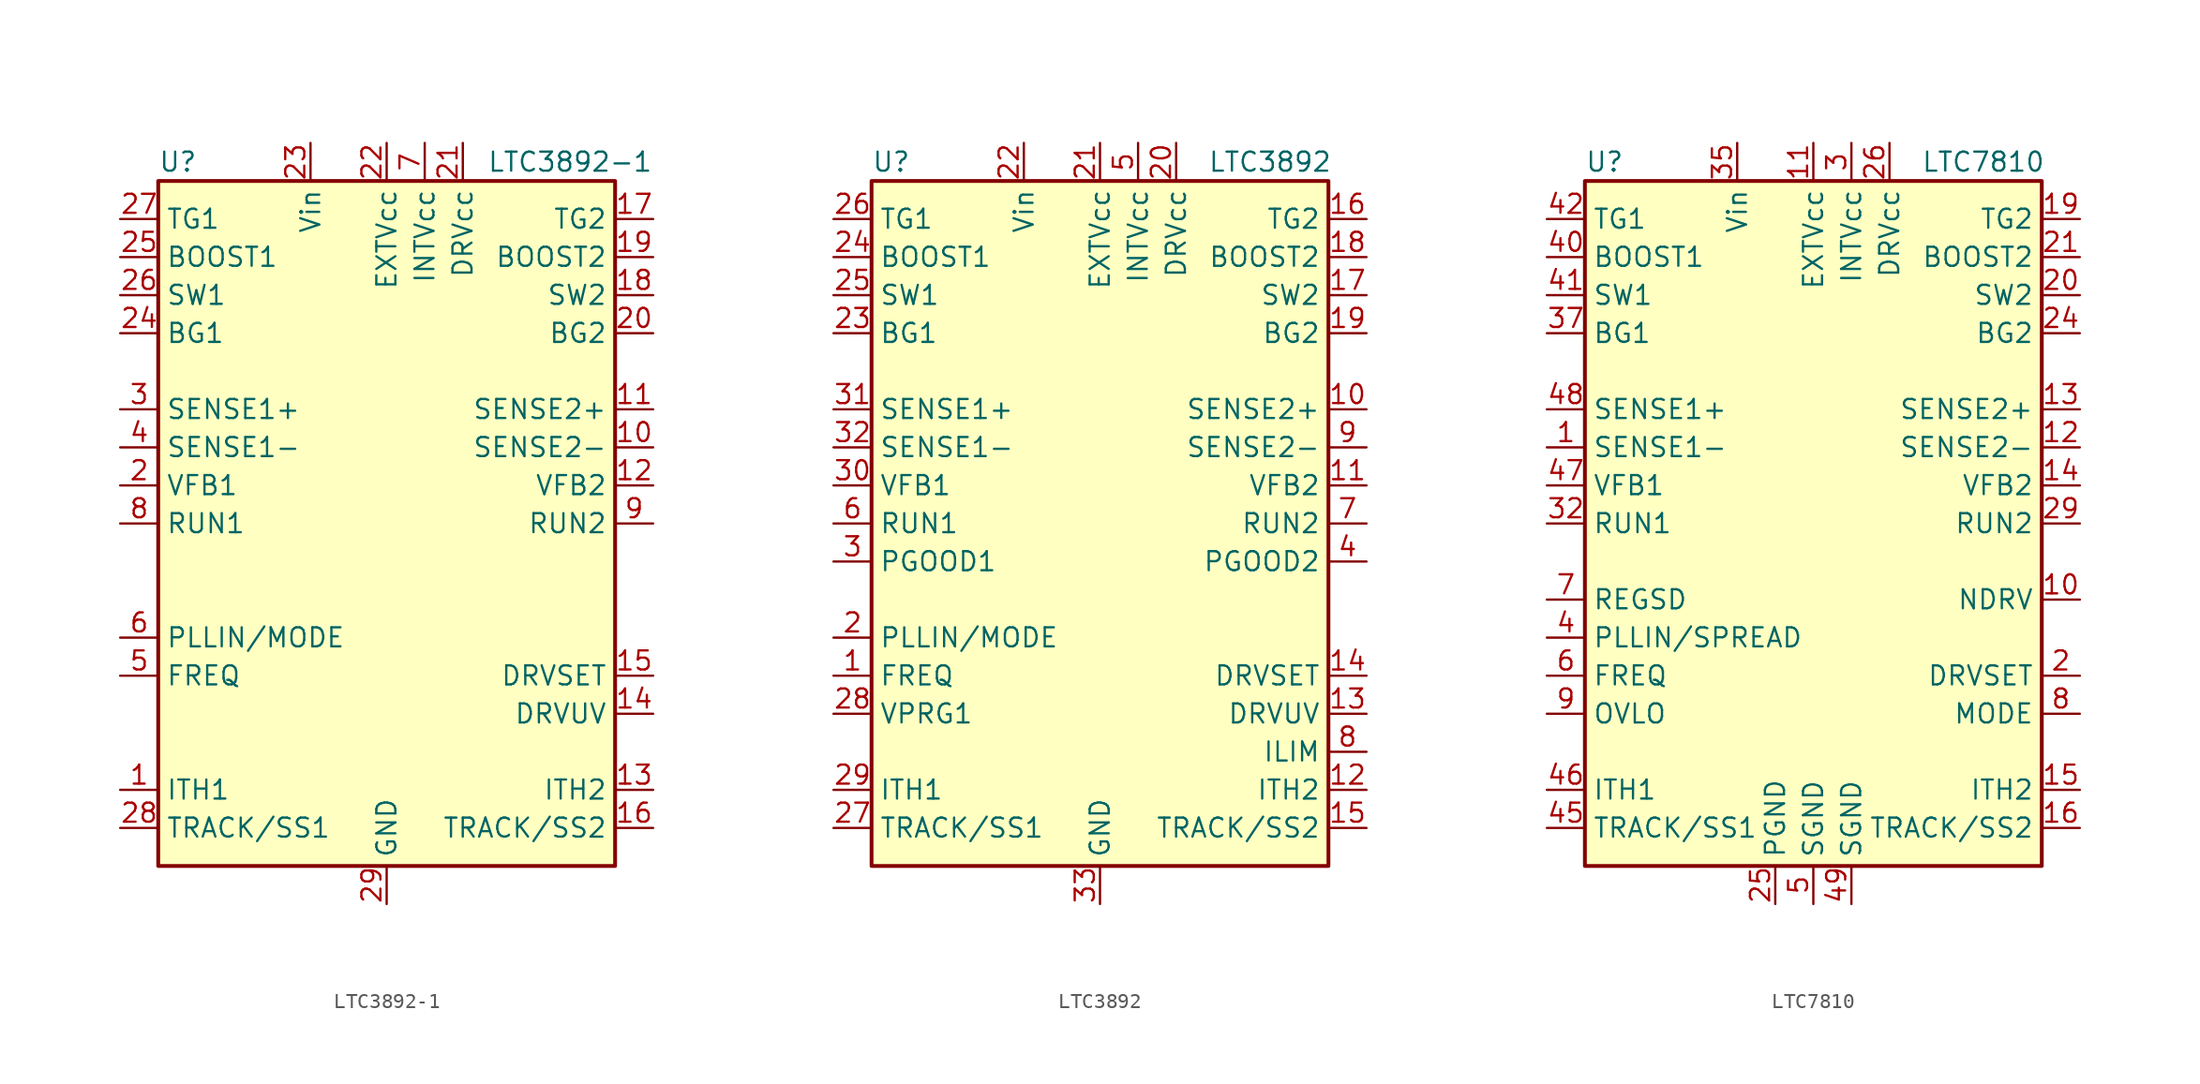
<source format=kicad_sym>
(kicad_symbol_lib
  (version 20241209)
  (generator "kicad_symbol_editor")
  (generator_version "9.0")
  (symbol "LTC3892-1"
    (property "Reference" "U"
      (at -15.24 24.13 0)
      (effects (font (size 1.27 1.27)) (justify left)))
    (property "Value" "LTC3892-1"
      (at 17.78 24.13 0)
      (effects (font (size 1.27 1.27)) (justify right)))
    (symbol "LTC3892-1_0_1"
      (rectangle (start -15.24 22.86) (end 15.24 -22.86) (stroke (width 0.254) (type default)) (fill (type background))))
    (symbol "LTC3892-1_1_1"
      (pin output line (at -17.78 20.32 0) (length 2.54) (name "TG1" (effects (font (size 1.27 1.27)))) (number "27" (effects (font (size 1.27 1.27)))))
      (pin output line (at -17.78 17.78 0) (length 2.54) (name "BOOST1" (effects (font (size 1.27 1.27)))) (number "25" (effects (font (size 1.27 1.27)))))
      (pin output line (at -17.78 15.24 0) (length 2.54) (name "SW1" (effects (font (size 1.27 1.27)))) (number "26" (effects (font (size 1.27 1.27)))))
      (pin output line (at -17.78 12.7 0) (length 2.54) (name "BG1" (effects (font (size 1.27 1.27)))) (number "24" (effects (font (size 1.27 1.27)))))
      (pin input line (at -17.78 7.62 0) (length 2.54) (name "SENSE1+" (effects (font (size 1.27 1.27)))) (number "3" (effects (font (size 1.27 1.27)))))
      (pin input line (at -17.78 5.08 0) (length 2.54) (name "SENSE1-" (effects (font (size 1.27 1.27)))) (number "4" (effects (font (size 1.27 1.27)))))
      (pin input line (at -17.78 2.54 0) (length 2.54) (name "VFB1" (effects (font (size 1.27 1.27)))) (number "2" (effects (font (size 1.27 1.27)))))
      (pin input line (at -17.78 0 0) (length 2.54) (name "RUN1" (effects (font (size 1.27 1.27)))) (number "8" (effects (font (size 1.27 1.27)))))
      (pin input line (at -17.78 -7.62 0) (length 2.54) (name "PLLIN/MODE" (effects (font (size 1.27 1.27)))) (number "6" (effects (font (size 1.27 1.27)))))
      (pin input line (at -17.78 -10.16 0) (length 2.54) (name "FREQ" (effects (font (size 1.27 1.27)))) (number "5" (effects (font (size 1.27 1.27)))))
      (pin passive line (at -17.78 -17.78 0) (length 2.54) (name "ITH1" (effects (font (size 1.27 1.27)))) (number "1" (effects (font (size 1.27 1.27)))))
      (pin input line (at -17.78 -20.32 0) (length 2.54) (name "TRACK/SS1" (effects (font (size 1.27 1.27)))) (number "28" (effects (font (size 1.27 1.27)))))
      (pin power_in line (at -5.08 25.4 270) (length 2.54) (name "Vin" (effects (font (size 1.27 1.27)))) (number "23" (effects (font (size 1.27 1.27)))))
      (pin power_in line (at 0 25.4 270) (length 2.54) (name "EXTVcc" (effects (font (size 1.27 1.27)))) (number "22" (effects (font (size 1.27 1.27)))))
      (pin power_in line (at 0 -25.4 90) (length 2.54) (name "GND" (effects (font (size 1.27 1.27)))) (number "29" (effects (font (size 1.27 1.27)))))
      (pin power_out line (at 2.54 25.4 270) (length 2.54) (name "INTVcc" (effects (font (size 1.27 1.27)))) (number "7" (effects (font (size 1.27 1.27)))))
      (pin power_out line (at 5.08 25.4 270) (length 2.54) (name "DRVcc" (effects (font (size 1.27 1.27)))) (number "21" (effects (font (size 1.27 1.27)))))
      (pin output line (at 17.78 20.32 180) (length 2.54) (name "TG2" (effects (font (size 1.27 1.27)))) (number "17" (effects (font (size 1.27 1.27)))))
      (pin output line (at 17.78 17.78 180) (length 2.54) (name "BOOST2" (effects (font (size 1.27 1.27)))) (number "19" (effects (font (size 1.27 1.27)))))
      (pin output line (at 17.78 15.24 180) (length 2.54) (name "SW2" (effects (font (size 1.27 1.27)))) (number "18" (effects (font (size 1.27 1.27)))))
      (pin output line (at 17.78 12.7 180) (length 2.54) (name "BG2" (effects (font (size 1.27 1.27)))) (number "20" (effects (font (size 1.27 1.27)))))
      (pin input line (at 17.78 7.62 180) (length 2.54) (name "SENSE2+" (effects (font (size 1.27 1.27)))) (number "11" (effects (font (size 1.27 1.27)))))
      (pin input line (at 17.78 5.08 180) (length 2.54) (name "SENSE2-" (effects (font (size 1.27 1.27)))) (number "10" (effects (font (size 1.27 1.27)))))
      (pin input line (at 17.78 2.54 180) (length 2.54) (name "VFB2" (effects (font (size 1.27 1.27)))) (number "12" (effects (font (size 1.27 1.27)))))
      (pin input line (at 17.78 0 180) (length 2.54) (name "RUN2" (effects (font (size 1.27 1.27)))) (number "9" (effects (font (size 1.27 1.27)))))
      (pin input line (at 17.78 -10.16 180) (length 2.54) (name "DRVSET" (effects (font (size 1.27 1.27)))) (number "15" (effects (font (size 1.27 1.27)))))
      (pin input line (at 17.78 -12.7 180) (length 2.54) (name "DRVUV" (effects (font (size 1.27 1.27)))) (number "14" (effects (font (size 1.27 1.27)))))
      (pin passive line (at 17.78 -17.78 180) (length 2.54) (name "ITH2" (effects (font (size 1.27 1.27)))) (number "13" (effects (font (size 1.27 1.27)))))
      (pin input line (at 17.78 -20.32 180) (length 2.54) (name "TRACK/SS2" (effects (font (size 1.27 1.27)))) (number "16" (effects (font (size 1.27 1.27)))))))
  (symbol "LTC3892"
    (property "Reference" "U"
      (at -15.24 24.13 0)
      (effects (font (size 1.27 1.27)) (justify left)))
    (property "Value" "LTC3892"
      (at 15.494 24.13 0)
      (effects (font (size 1.27 1.27)) (justify right)))
    (symbol "LTC3892_0_1"
      (rectangle (start -15.24 22.86) (end 15.24 -22.86) (stroke (width 0.254) (type default)) (fill (type background))))
    (symbol "LTC3892_1_1"
      (pin output line (at -17.78 20.32 0) (length 2.54) (name "TG1" (effects (font (size 1.27 1.27)))) (number "26" (effects (font (size 1.27 1.27)))))
      (pin output line (at -17.78 17.78 0) (length 2.54) (name "BOOST1" (effects (font (size 1.27 1.27)))) (number "24" (effects (font (size 1.27 1.27)))))
      (pin output line (at -17.78 15.24 0) (length 2.54) (name "SW1" (effects (font (size 1.27 1.27)))) (number "25" (effects (font (size 1.27 1.27)))))
      (pin output line (at -17.78 12.7 0) (length 2.54) (name "BG1" (effects (font (size 1.27 1.27)))) (number "23" (effects (font (size 1.27 1.27)))))
      (pin input line (at -17.78 7.62 0) (length 2.54) (name "SENSE1+" (effects (font (size 1.27 1.27)))) (number "31" (effects (font (size 1.27 1.27)))))
      (pin input line (at -17.78 5.08 0) (length 2.54) (name "SENSE1-" (effects (font (size 1.27 1.27)))) (number "32" (effects (font (size 1.27 1.27)))))
      (pin input line (at -17.78 2.54 0) (length 2.54) (name "VFB1" (effects (font (size 1.27 1.27)))) (number "30" (effects (font (size 1.27 1.27)))))
      (pin input line (at -17.78 0 0) (length 2.54) (name "RUN1" (effects (font (size 1.27 1.27)))) (number "6" (effects (font (size 1.27 1.27)))))
      (pin output line (at -17.78 -2.54 0) (length 2.54) (name "PGOOD1" (effects (font (size 1.27 1.27)))) (number "3" (effects (font (size 1.27 1.27)))))
      (pin input line (at -17.78 -7.62 0) (length 2.54) (name "PLLIN/MODE" (effects (font (size 1.27 1.27)))) (number "2" (effects (font (size 1.27 1.27)))))
      (pin input line (at -17.78 -10.16 0) (length 2.54) (name "FREQ" (effects (font (size 1.27 1.27)))) (number "1" (effects (font (size 1.27 1.27)))))
      (pin passive line (at -17.78 -12.7 0) (length 2.54) (name "VPRG1" (effects (font (size 1.27 1.27)))) (number "28" (effects (font (size 1.27 1.27)))))
      (pin passive line (at -17.78 -17.78 0) (length 2.54) (name "ITH1" (effects (font (size 1.27 1.27)))) (number "29" (effects (font (size 1.27 1.27)))))
      (pin input line (at -17.78 -20.32 0) (length 2.54) (name "TRACK/SS1" (effects (font (size 1.27 1.27)))) (number "27" (effects (font (size 1.27 1.27)))))
      (pin power_in line (at -5.08 25.4 270) (length 2.54) (name "Vin" (effects (font (size 1.27 1.27)))) (number "22" (effects (font (size 1.27 1.27)))))
      (pin power_in line (at 0 25.4 270) (length 2.54) (name "EXTVcc" (effects (font (size 1.27 1.27)))) (number "21" (effects (font (size 1.27 1.27)))))
      (pin power_in line (at 0 -25.4 90) (length 2.54) (name "GND" (effects (font (size 1.27 1.27)))) (number "33" (effects (font (size 1.27 1.27)))))
      (pin power_out line (at 2.54 25.4 270) (length 2.54) (name "INTVcc" (effects (font (size 1.27 1.27)))) (number "5" (effects (font (size 1.27 1.27)))))
      (pin power_out line (at 5.08 25.4 270) (length 2.54) (name "DRVcc" (effects (font (size 1.27 1.27)))) (number "20" (effects (font (size 1.27 1.27)))))
      (pin output line (at 17.78 20.32 180) (length 2.54) (name "TG2" (effects (font (size 1.27 1.27)))) (number "16" (effects (font (size 1.27 1.27)))))
      (pin output line (at 17.78 17.78 180) (length 2.54) (name "BOOST2" (effects (font (size 1.27 1.27)))) (number "18" (effects (font (size 1.27 1.27)))))
      (pin output line (at 17.78 15.24 180) (length 2.54) (name "SW2" (effects (font (size 1.27 1.27)))) (number "17" (effects (font (size 1.27 1.27)))))
      (pin output line (at 17.78 12.7 180) (length 2.54) (name "BG2" (effects (font (size 1.27 1.27)))) (number "19" (effects (font (size 1.27 1.27)))))
      (pin input line (at 17.78 7.62 180) (length 2.54) (name "SENSE2+" (effects (font (size 1.27 1.27)))) (number "10" (effects (font (size 1.27 1.27)))))
      (pin input line (at 17.78 5.08 180) (length 2.54) (name "SENSE2-" (effects (font (size 1.27 1.27)))) (number "9" (effects (font (size 1.27 1.27)))))
      (pin input line (at 17.78 2.54 180) (length 2.54) (name "VFB2" (effects (font (size 1.27 1.27)))) (number "11" (effects (font (size 1.27 1.27)))))
      (pin input line (at 17.78 0 180) (length 2.54) (name "RUN2" (effects (font (size 1.27 1.27)))) (number "7" (effects (font (size 1.27 1.27)))))
      (pin output line (at 17.78 -2.54 180) (length 2.54) (name "PGOOD2" (effects (font (size 1.27 1.27)))) (number "4" (effects (font (size 1.27 1.27)))))
      (pin input line (at 17.78 -10.16 180) (length 2.54) (name "DRVSET" (effects (font (size 1.27 1.27)))) (number "14" (effects (font (size 1.27 1.27)))))
      (pin input line (at 17.78 -12.7 180) (length 2.54) (name "DRVUV" (effects (font (size 1.27 1.27)))) (number "13" (effects (font (size 1.27 1.27)))))
      (pin input line (at 17.78 -15.24 180) (length 2.54) (name "ILIM" (effects (font (size 1.27 1.27)))) (number "8" (effects (font (size 1.27 1.27)))))
      (pin passive line (at 17.78 -17.78 180) (length 2.54) (name "ITH2" (effects (font (size 1.27 1.27)))) (number "12" (effects (font (size 1.27 1.27)))))
      (pin input line (at 17.78 -20.32 180) (length 2.54) (name "TRACK/SS2" (effects (font (size 1.27 1.27)))) (number "15" (effects (font (size 1.27 1.27)))))))
  (symbol "LTC7810"
    (property "Reference" "U"
      (at -15.24 24.13 0)
      (effects (font (size 1.27 1.27)) (justify left)))
    (property "Value" "LTC7810"
      (at 15.494 24.13 0)
      (effects (font (size 1.27 1.27)) (justify right)))
    (symbol "LTC7810_0_1"
      (rectangle (start -15.24 22.86) (end 15.24 -22.86) (stroke (width 0.254) (type default)) (fill (type background))))
    (symbol "LTC7810_1_1"
      (pin output line (at -17.78 20.32 0) (length 2.54) (name "TG1" (effects (font (size 1.27 1.27)))) (number "42" (effects (font (size 1.27 1.27)))))
      (pin output line (at -17.78 17.78 0) (length 2.54) (name "BOOST1" (effects (font (size 1.27 1.27)))) (number "40" (effects (font (size 1.27 1.27)))))
      (pin output line (at -17.78 15.24 0) (length 2.54) (name "SW1" (effects (font (size 1.27 1.27)))) (number "41" (effects (font (size 1.27 1.27)))))
      (pin output line (at -17.78 12.7 0) (length 2.54) (name "BG1" (effects (font (size 1.27 1.27)))) (number "37" (effects (font (size 1.27 1.27)))))
      (pin input line (at -17.78 7.62 0) (length 2.54) (name "SENSE1+" (effects (font (size 1.27 1.27)))) (number "48" (effects (font (size 1.27 1.27)))))
      (pin input line (at -17.78 5.08 0) (length 2.54) (name "SENSE1-" (effects (font (size 1.27 1.27)))) (number "1" (effects (font (size 1.27 1.27)))))
      (pin input line (at -17.78 2.54 0) (length 2.54) (name "VFB1" (effects (font (size 1.27 1.27)))) (number "47" (effects (font (size 1.27 1.27)))))
      (pin input line (at -17.78 0 0) (length 2.54) (name "RUN1" (effects (font (size 1.27 1.27)))) (number "32" (effects (font (size 1.27 1.27)))))
      (pin passive line (at -17.78 -5.08 0) (length 2.54) (name "REGSD" (effects (font (size 1.27 1.27)))) (number "7" (effects (font (size 1.27 1.27)))))
      (pin input line (at -17.78 -7.62 0) (length 2.54) (name "PLLIN/SPREAD" (effects (font (size 1.27 1.27)))) (number "4" (effects (font (size 1.27 1.27)))))
      (pin input line (at -17.78 -10.16 0) (length 2.54) (name "FREQ" (effects (font (size 1.27 1.27)))) (number "6" (effects (font (size 1.27 1.27)))))
      (pin input line (at -17.78 -12.7 0) (length 2.54) (name "OVLO" (effects (font (size 1.27 1.27)))) (number "9" (effects (font (size 1.27 1.27)))))
      (pin passive line (at -17.78 -17.78 0) (length 2.54) (name "ITH1" (effects (font (size 1.27 1.27)))) (number "46" (effects (font (size 1.27 1.27)))))
      (pin input line (at -17.78 -20.32 0) (length 2.54) (name "TRACK/SS1" (effects (font (size 1.27 1.27)))) (number "45" (effects (font (size 1.27 1.27)))))
      (pin power_in line (at -5.08 25.4 270) (length 2.54) (name "Vin" (effects (font (size 1.27 1.27)))) (number "35" (effects (font (size 1.27 1.27)))))
      (pin power_in line (at -2.54 -25.4 90) (length 2.54) (name "PGND" (effects (font (size 1.27 1.27)))) (number "25" (effects (font (size 1.27 1.27)))))
      (pin power_in line (at 0 25.4 270) (length 2.54) (name "EXTVcc" (effects (font (size 1.27 1.27)))) (number "11" (effects (font (size 1.27 1.27)))))
      (pin power_in line (at 0 -25.4 90) (length 2.54) (name "SGND" (effects (font (size 1.27 1.27)))) (number "5" (effects (font (size 1.27 1.27)))))
      (pin power_out line (at 2.54 25.4 270) (length 2.54) (name "INTVcc" (effects (font (size 1.27 1.27)))) (number "3" (effects (font (size 1.27 1.27)))))
      (pin power_in line (at 2.54 -25.4 90) (length 2.54) (name "SGND" (effects (font (size 1.27 1.27)))) (number "49" (effects (font (size 1.27 1.27)))))
      (pin power_out line (at 5.08 25.4 270) (length 2.54) (name "DRVcc" (effects (font (size 1.27 1.27)))) (number "26" (effects (font (size 1.27 1.27)))))
      (pin output line (at 17.78 20.32 180) (length 2.54) (name "TG2" (effects (font (size 1.27 1.27)))) (number "19" (effects (font (size 1.27 1.27)))))
      (pin output line (at 17.78 17.78 180) (length 2.54) (name "BOOST2" (effects (font (size 1.27 1.27)))) (number "21" (effects (font (size 1.27 1.27)))))
      (pin output line (at 17.78 15.24 180) (length 2.54) (name "SW2" (effects (font (size 1.27 1.27)))) (number "20" (effects (font (size 1.27 1.27)))))
      (pin output line (at 17.78 12.7 180) (length 2.54) (name "BG2" (effects (font (size 1.27 1.27)))) (number "24" (effects (font (size 1.27 1.27)))))
      (pin input line (at 17.78 7.62 180) (length 2.54) (name "SENSE2+" (effects (font (size 1.27 1.27)))) (number "13" (effects (font (size 1.27 1.27)))))
      (pin input line (at 17.78 5.08 180) (length 2.54) (name "SENSE2-" (effects (font (size 1.27 1.27)))) (number "12" (effects (font (size 1.27 1.27)))))
      (pin input line (at 17.78 2.54 180) (length 2.54) (name "VFB2" (effects (font (size 1.27 1.27)))) (number "14" (effects (font (size 1.27 1.27)))))
      (pin input line (at 17.78 0 180) (length 2.54) (name "RUN2" (effects (font (size 1.27 1.27)))) (number "29" (effects (font (size 1.27 1.27)))))
      (pin output line (at 17.78 -5.08 180) (length 2.54) (name "NDRV" (effects (font (size 1.27 1.27)))) (number "10" (effects (font (size 1.27 1.27)))))
      (pin input line (at 17.78 -10.16 180) (length 2.54) (name "DRVSET" (effects (font (size 1.27 1.27)))) (number "2" (effects (font (size 1.27 1.27)))))
      (pin input line (at 17.78 -12.7 180) (length 2.54) (name "MODE" (effects (font (size 1.27 1.27)))) (number "8" (effects (font (size 1.27 1.27)))))
      (pin passive line (at 17.78 -17.78 180) (length 2.54) (name "ITH2" (effects (font (size 1.27 1.27)))) (number "15" (effects (font (size 1.27 1.27)))))
      (pin input line (at 17.78 -20.32 180) (length 2.54) (name "TRACK/SS2" (effects (font (size 1.27 1.27)))) (number "16" (effects (font (size 1.27 1.27))))))))
</source>
